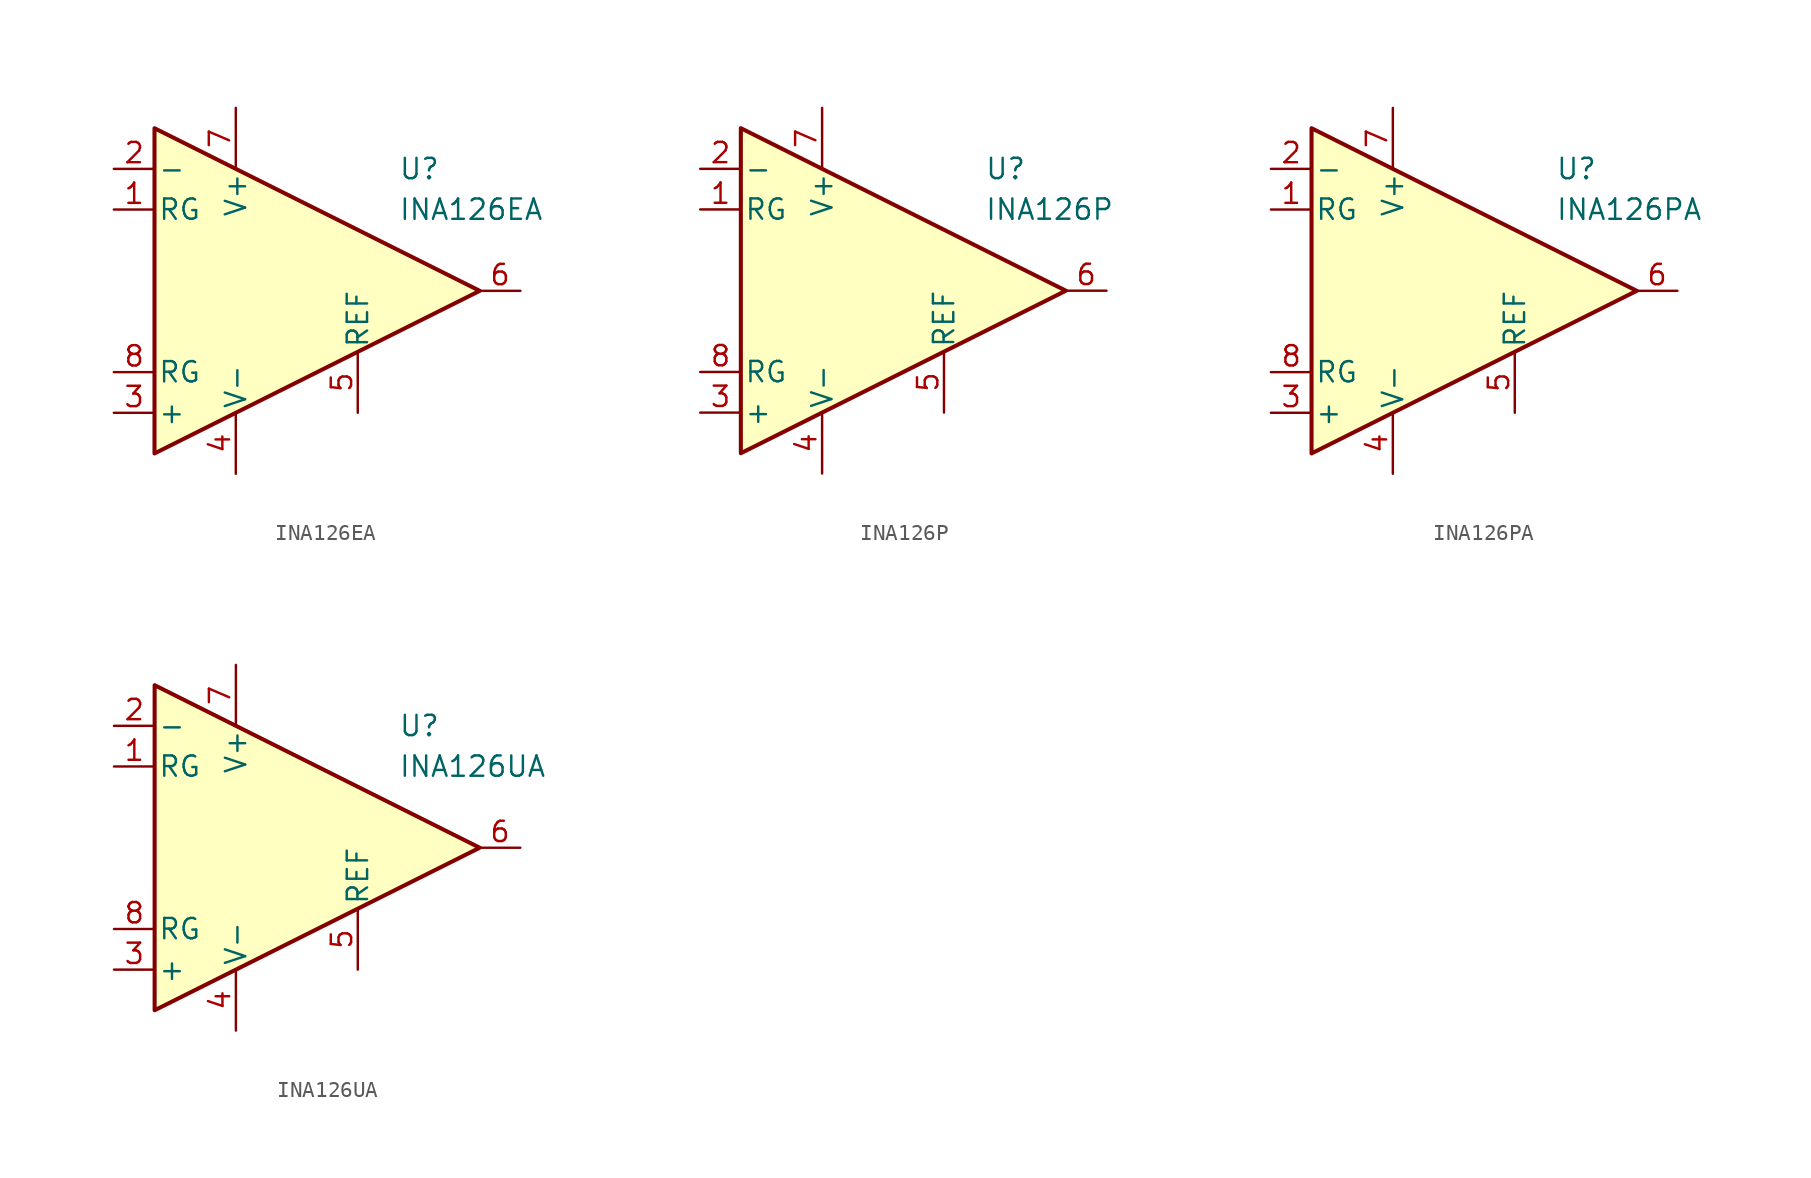
<source format=kicad_sym>
(kicad_symbol_lib
  (version 20231120)
  (generator "kicad_symbol_editor")
  (generator_version "8.0")
  (symbol "INA126EA"
    (pin_names
      (offset 0.2))
    (property "Reference" "U"
      (at 6.35 7.62 0)
      (effects (font (size 1.27 1.27)) (justify left)))
    (property "Value" "INA126EA"
      (at 6.35 5.08 0)
      (effects (font (size 1.27 1.27)) (justify left)))
    (symbol "INA126EA_0_1"
      (polyline (pts (xy -8.89 10.16) (xy -8.89 -10.16) (xy 11.43 0) (xy -8.89 10.16)) (stroke (width 0.254) (type default)) (fill (type background))))
    (symbol "INA126EA_1_1"
      (pin passive line (at -11.43 5.08 0) (length 2.54) (name "RG" (effects (font (size 1.27 1.27)))) (number "1" (effects (font (size 1.27 1.27)))))
      (pin input line (at -11.43 7.62 0) (length 2.54) (name "-" (effects (font (size 1.27 1.27)))) (number "2" (effects (font (size 1.27 1.27)))))
      (pin input line (at -11.43 -7.62 0) (length 2.54) (name "+" (effects (font (size 1.27 1.27)))) (number "3" (effects (font (size 1.27 1.27)))))
      (pin power_in line (at -3.81 -11.43 90) (length 3.81) (name "V-" (effects (font (size 1.27 1.27)))) (number "4" (effects (font (size 1.27 1.27)))))
      (pin input line (at 3.81 -7.62 90) (length 3.81) (name "REF" (effects (font (size 1.27 1.27)))) (number "5" (effects (font (size 1.27 1.27)))))
      (pin output line (at 13.97 0 180) (length 2.54) (name "~" (effects (font (size 1.27 1.27)))) (number "6" (effects (font (size 1.27 1.27)))))
      (pin power_in line (at -3.81 11.43 270) (length 3.81) (name "V+" (effects (font (size 1.27 1.27)))) (number "7" (effects (font (size 1.27 1.27)))))
      (pin passive line (at -11.43 -5.08 0) (length 2.54) (name "RG" (effects (font (size 1.27 1.27)))) (number "8" (effects (font (size 1.27 1.27)))))))
  (symbol "INA126P"
    (pin_names
      (offset 0.2))
    (property "Reference" "U"
      (at 6.35 7.62 0)
      (effects (font (size 1.27 1.27)) (justify left)))
    (property "Value" "INA126P"
      (at 6.35 5.08 0)
      (effects (font (size 1.27 1.27)) (justify left)))
    (symbol "INA126P_0_1"
      (polyline (pts (xy -8.89 10.16) (xy -8.89 -10.16) (xy 11.43 0) (xy -8.89 10.16)) (stroke (width 0.254) (type default)) (fill (type background))))
    (symbol "INA126P_1_1"
      (pin passive line (at -11.43 5.08 0) (length 2.54) (name "RG" (effects (font (size 1.27 1.27)))) (number "1" (effects (font (size 1.27 1.27)))))
      (pin input line (at -11.43 7.62 0) (length 2.54) (name "-" (effects (font (size 1.27 1.27)))) (number "2" (effects (font (size 1.27 1.27)))))
      (pin input line (at -11.43 -7.62 0) (length 2.54) (name "+" (effects (font (size 1.27 1.27)))) (number "3" (effects (font (size 1.27 1.27)))))
      (pin power_in line (at -3.81 -11.43 90) (length 3.81) (name "V-" (effects (font (size 1.27 1.27)))) (number "4" (effects (font (size 1.27 1.27)))))
      (pin input line (at 3.81 -7.62 90) (length 3.81) (name "REF" (effects (font (size 1.27 1.27)))) (number "5" (effects (font (size 1.27 1.27)))))
      (pin output line (at 13.97 0 180) (length 2.54) (name "~" (effects (font (size 1.27 1.27)))) (number "6" (effects (font (size 1.27 1.27)))))
      (pin power_in line (at -3.81 11.43 270) (length 3.81) (name "V+" (effects (font (size 1.27 1.27)))) (number "7" (effects (font (size 1.27 1.27)))))
      (pin passive line (at -11.43 -5.08 0) (length 2.54) (name "RG" (effects (font (size 1.27 1.27)))) (number "8" (effects (font (size 1.27 1.27)))))))
  (symbol "INA126PA"
    (pin_names
      (offset 0.2))
    (property "Reference" "U"
      (at 6.35 7.62 0)
      (effects (font (size 1.27 1.27)) (justify left)))
    (property "Value" "INA126PA"
      (at 6.35 5.08 0)
      (effects (font (size 1.27 1.27)) (justify left)))
    (symbol "INA126PA_0_1"
      (polyline (pts (xy -8.89 10.16) (xy -8.89 -10.16) (xy 11.43 0) (xy -8.89 10.16)) (stroke (width 0.254) (type default)) (fill (type background))))
    (symbol "INA126PA_1_1"
      (pin passive line (at -11.43 5.08 0) (length 2.54) (name "RG" (effects (font (size 1.27 1.27)))) (number "1" (effects (font (size 1.27 1.27)))))
      (pin input line (at -11.43 7.62 0) (length 2.54) (name "-" (effects (font (size 1.27 1.27)))) (number "2" (effects (font (size 1.27 1.27)))))
      (pin input line (at -11.43 -7.62 0) (length 2.54) (name "+" (effects (font (size 1.27 1.27)))) (number "3" (effects (font (size 1.27 1.27)))))
      (pin power_in line (at -3.81 -11.43 90) (length 3.81) (name "V-" (effects (font (size 1.27 1.27)))) (number "4" (effects (font (size 1.27 1.27)))))
      (pin input line (at 3.81 -7.62 90) (length 3.81) (name "REF" (effects (font (size 1.27 1.27)))) (number "5" (effects (font (size 1.27 1.27)))))
      (pin output line (at 13.97 0 180) (length 2.54) (name "~" (effects (font (size 1.27 1.27)))) (number "6" (effects (font (size 1.27 1.27)))))
      (pin power_in line (at -3.81 11.43 270) (length 3.81) (name "V+" (effects (font (size 1.27 1.27)))) (number "7" (effects (font (size 1.27 1.27)))))
      (pin passive line (at -11.43 -5.08 0) (length 2.54) (name "RG" (effects (font (size 1.27 1.27)))) (number "8" (effects (font (size 1.27 1.27)))))))
  (symbol "INA126UA"
    (pin_names
      (offset 0.2))
    (property "Reference" "U"
      (at 6.35 7.62 0)
      (effects (font (size 1.27 1.27)) (justify left)))
    (property "Value" "INA126UA"
      (at 6.35 5.08 0)
      (effects (font (size 1.27 1.27)) (justify left)))
    (symbol "INA126UA_0_1"
      (polyline (pts (xy -8.89 10.16) (xy -8.89 -10.16) (xy 11.43 0) (xy -8.89 10.16)) (stroke (width 0.254) (type default)) (fill (type background))))
    (symbol "INA126UA_1_1"
      (pin passive line (at -11.43 5.08 0) (length 2.54) (name "RG" (effects (font (size 1.27 1.27)))) (number "1" (effects (font (size 1.27 1.27)))))
      (pin input line (at -11.43 7.62 0) (length 2.54) (name "-" (effects (font (size 1.27 1.27)))) (number "2" (effects (font (size 1.27 1.27)))))
      (pin input line (at -11.43 -7.62 0) (length 2.54) (name "+" (effects (font (size 1.27 1.27)))) (number "3" (effects (font (size 1.27 1.27)))))
      (pin power_in line (at -3.81 -11.43 90) (length 3.81) (name "V-" (effects (font (size 1.27 1.27)))) (number "4" (effects (font (size 1.27 1.27)))))
      (pin input line (at 3.81 -7.62 90) (length 3.81) (name "REF" (effects (font (size 1.27 1.27)))) (number "5" (effects (font (size 1.27 1.27)))))
      (pin output line (at 13.97 0 180) (length 2.54) (name "~" (effects (font (size 1.27 1.27)))) (number "6" (effects (font (size 1.27 1.27)))))
      (pin power_in line (at -3.81 11.43 270) (length 3.81) (name "V+" (effects (font (size 1.27 1.27)))) (number "7" (effects (font (size 1.27 1.27)))))
      (pin passive line (at -11.43 -5.08 0) (length 2.54) (name "RG" (effects (font (size 1.27 1.27)))) (number "8" (effects (font (size 1.27 1.27))))))))
</source>
